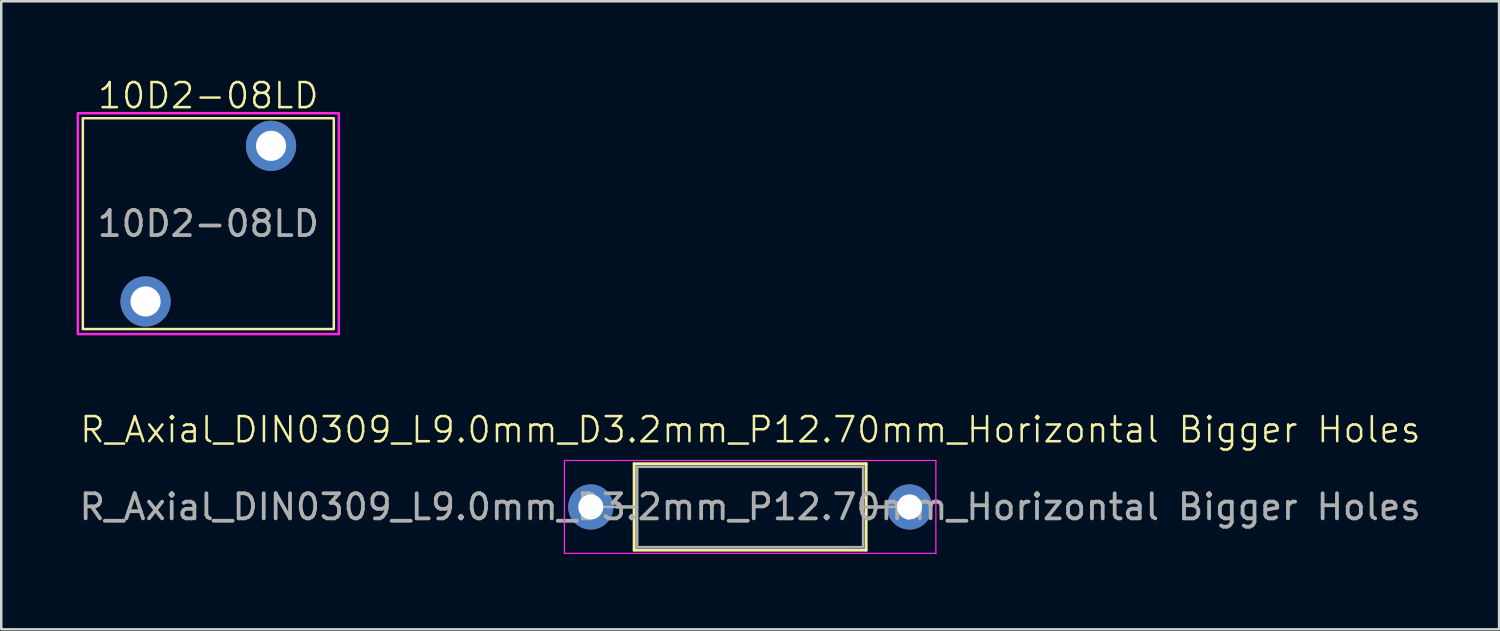
<source format=kicad_pcb>
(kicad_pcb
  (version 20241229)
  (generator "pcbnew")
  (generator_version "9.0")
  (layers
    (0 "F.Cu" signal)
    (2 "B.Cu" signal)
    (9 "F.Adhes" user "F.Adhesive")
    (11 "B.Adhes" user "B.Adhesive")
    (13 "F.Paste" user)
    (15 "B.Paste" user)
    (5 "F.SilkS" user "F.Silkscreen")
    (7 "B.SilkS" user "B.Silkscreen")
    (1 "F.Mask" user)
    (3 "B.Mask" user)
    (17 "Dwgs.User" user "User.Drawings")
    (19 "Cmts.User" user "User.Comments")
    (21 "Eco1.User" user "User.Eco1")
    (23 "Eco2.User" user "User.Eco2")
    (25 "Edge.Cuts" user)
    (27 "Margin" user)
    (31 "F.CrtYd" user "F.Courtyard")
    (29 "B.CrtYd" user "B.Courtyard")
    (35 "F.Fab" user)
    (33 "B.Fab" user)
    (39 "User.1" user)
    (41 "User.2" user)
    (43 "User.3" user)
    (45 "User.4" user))
  (footprint "10D2-08LD"
    (layer "F.Cu")
    (at 5.25 5.861)
    (property "Reference" "10D2-08LD" (at 0 -5.1 0) (unlocked yes) (layer "F.SilkS") (effects (font (size 1 1) (thickness 0.1))))
    (attr through_hole)
    (fp_rect (start -5 -4.2) (end 5 4.2) (stroke (width 0.1) (type default)) (fill no) (layer "F.SilkS"))
    (fp_rect (start -5.2 -4.4) (end 5.2 4.4) (stroke (width 0.1) (type default)) (fill no) (layer "F.CrtYd"))
    (fp_text user "${REFERENCE}" (at 0 0 0) (unlocked yes) (layer "F.Fab") (effects (font (size 1 1) (thickness 0.15))))
    (pad "1" thru_hole circle (at -2.5 3.1) (size 2 2) (drill 1.2) (layers "*.Cu" "*.Mask"))
    (pad "2" thru_hole circle (at 2.5 -3.1) (size 2 2) (drill 1.2) (layers "*.Cu" "*.Mask")))
  (footprint "R_Axial_DIN0309_L9.0mm_D3.2mm_P12.70mm_Horizontal Bigger Holes"
    (layer "F.Cu")
    (at 26.848 17.119)
    (property "Reference" "R_Axial_DIN0309_L9.0mm_D3.2mm_P12.70mm_Horizontal Bigger Holes" (at 0 -3.048 0) (unlocked yes) (layer "F.SilkS") (effects (font (size 1 1) (thickness 0.1))))
    (attr through_hole)
    (fp_line (start -5.319 0.03) (end -4.629 0.03) (stroke (width 0.12) (type solid)) (layer "F.SilkS"))
    (fp_line (start -4.629 -1.69) (end -4.629 1.75) (stroke (width 0.12) (type solid)) (layer "F.SilkS"))
    (fp_line (start -4.629 1.75) (end 4.611 1.75) (stroke (width 0.12) (type solid)) (layer "F.SilkS"))
    (fp_line (start 4.611 -1.69) (end -4.629 -1.69) (stroke (width 0.12) (type solid)) (layer "F.SilkS"))
    (fp_line (start 4.611 1.75) (end 4.611 -1.69) (stroke (width 0.12) (type solid)) (layer "F.SilkS"))
    (fp_line (start 5.301 0.03) (end 4.611 0.03) (stroke (width 0.12) (type solid)) (layer "F.SilkS"))
    (fp_line (start -7.409 -1.82) (end -7.409 1.88) (stroke (width 0.05) (type solid)) (layer "F.CrtYd"))
    (fp_line (start -7.409 1.88) (end 7.391 1.88) (stroke (width 0.05) (type solid)) (layer "F.CrtYd"))
    (fp_line (start 7.391 -1.82) (end -7.409 -1.82) (stroke (width 0.05) (type solid)) (layer "F.CrtYd"))
    (fp_line (start 7.391 1.88) (end 7.391 -1.82) (stroke (width 0.05) (type solid)) (layer "F.CrtYd"))
    (fp_line (start -6.359 0.03) (end -4.509 0.03) (stroke (width 0.1) (type solid)) (layer "F.Fab"))
    (fp_line (start -4.509 -1.57) (end -4.509 1.63) (stroke (width 0.1) (type solid)) (layer "F.Fab"))
    (fp_line (start -4.509 1.63) (end 4.491 1.63) (stroke (width 0.1) (type solid)) (layer "F.Fab"))
    (fp_line (start 4.491 -1.57) (end -4.509 -1.57) (stroke (width 0.1) (type solid)) (layer "F.Fab"))
    (fp_line (start 4.491 1.63) (end 4.491 -1.57) (stroke (width 0.1) (type solid)) (layer "F.Fab"))
    (fp_line (start 6.341 0.03) (end 4.491 0.03) (stroke (width 0.1) (type solid)) (layer "F.Fab"))
    (fp_text user "${REFERENCE}" (at -0.009 0.03 0) (layer "F.Fab") (effects (font (size 1 1) (thickness 0.15))))
    (pad "1" thru_hole circle (at -6.359 0.03) (size 1.8 1.8) (drill 1) (layers "*.Cu" "*.Mask"))
    (pad "2" thru_hole circle (at 6.341 0.03) (size 1.8 1.8) (drill 1) (layers "*.Cu" "*.Mask")))
  (gr_rect
    (start -3 -3)
    (end 56.679 22.024)
    (stroke (width 0.1) (type default))
    (fill no)
    (layer "Edge.Cuts")))
</source>
